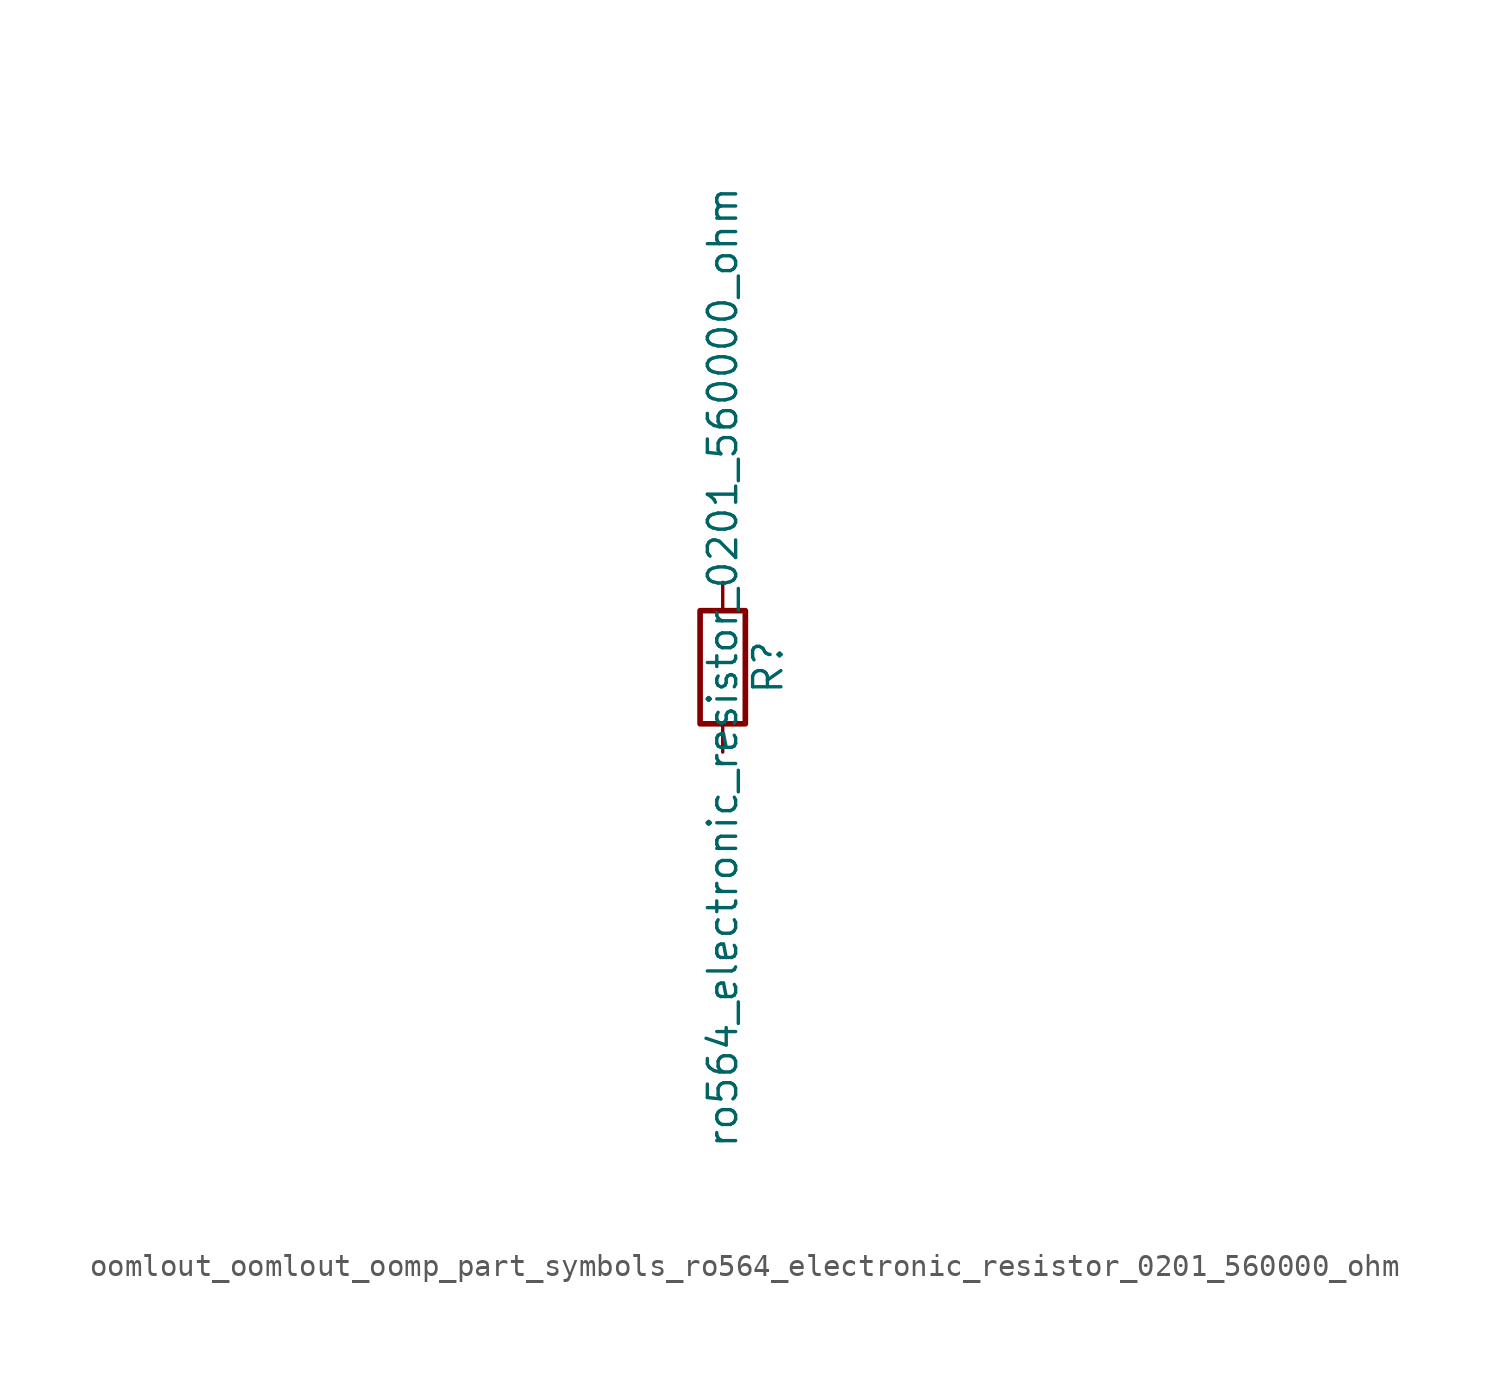
<source format=kicad_sym>
(kicad_symbol_lib
  (version 20220914)
  (generator kicad_symbol_editor)
  (symbol "oomlout_oomlout_oomp_part_symbols_ro564_electronic_resistor_0201_560000_ohm"
    (pin_numbers hide)
    (pin_names
      (offset 0))
    (property "Reference" "R"
      (at 2.032 0 90)
      (effects (font (size 1.27 1.27))))
    (property "Value" "ro564_electronic_resistor_0201_560000_ohm"
      (at 0 0 90)
      (effects (font (size 1.27 1.27))))
    (symbol "oomlout_oomlout_oomp_part_symbols_ro564_electronic_resistor_0201_560000_ohm_0_1"
      (rectangle (start -1.016 -2.54) (end 1.016 2.54) (stroke (width 0.254) (type default)) (fill (type none))))
    (symbol "oomlout_oomlout_oomp_part_symbols_ro564_electronic_resistor_0201_560000_ohm_1_1"
      (pin passive line (at 0 3.81 270) (length 1.27) (name "~" (effects (font (size 1.27 1.27)))) (number "1" (effects (font (size 1.27 1.27)))))
      (pin passive line (at 0 -3.81 90) (length 1.27) (name "~" (effects (font (size 1.27 1.27)))) (number "2" (effects (font (size 1.27 1.27))))))))
</source>
